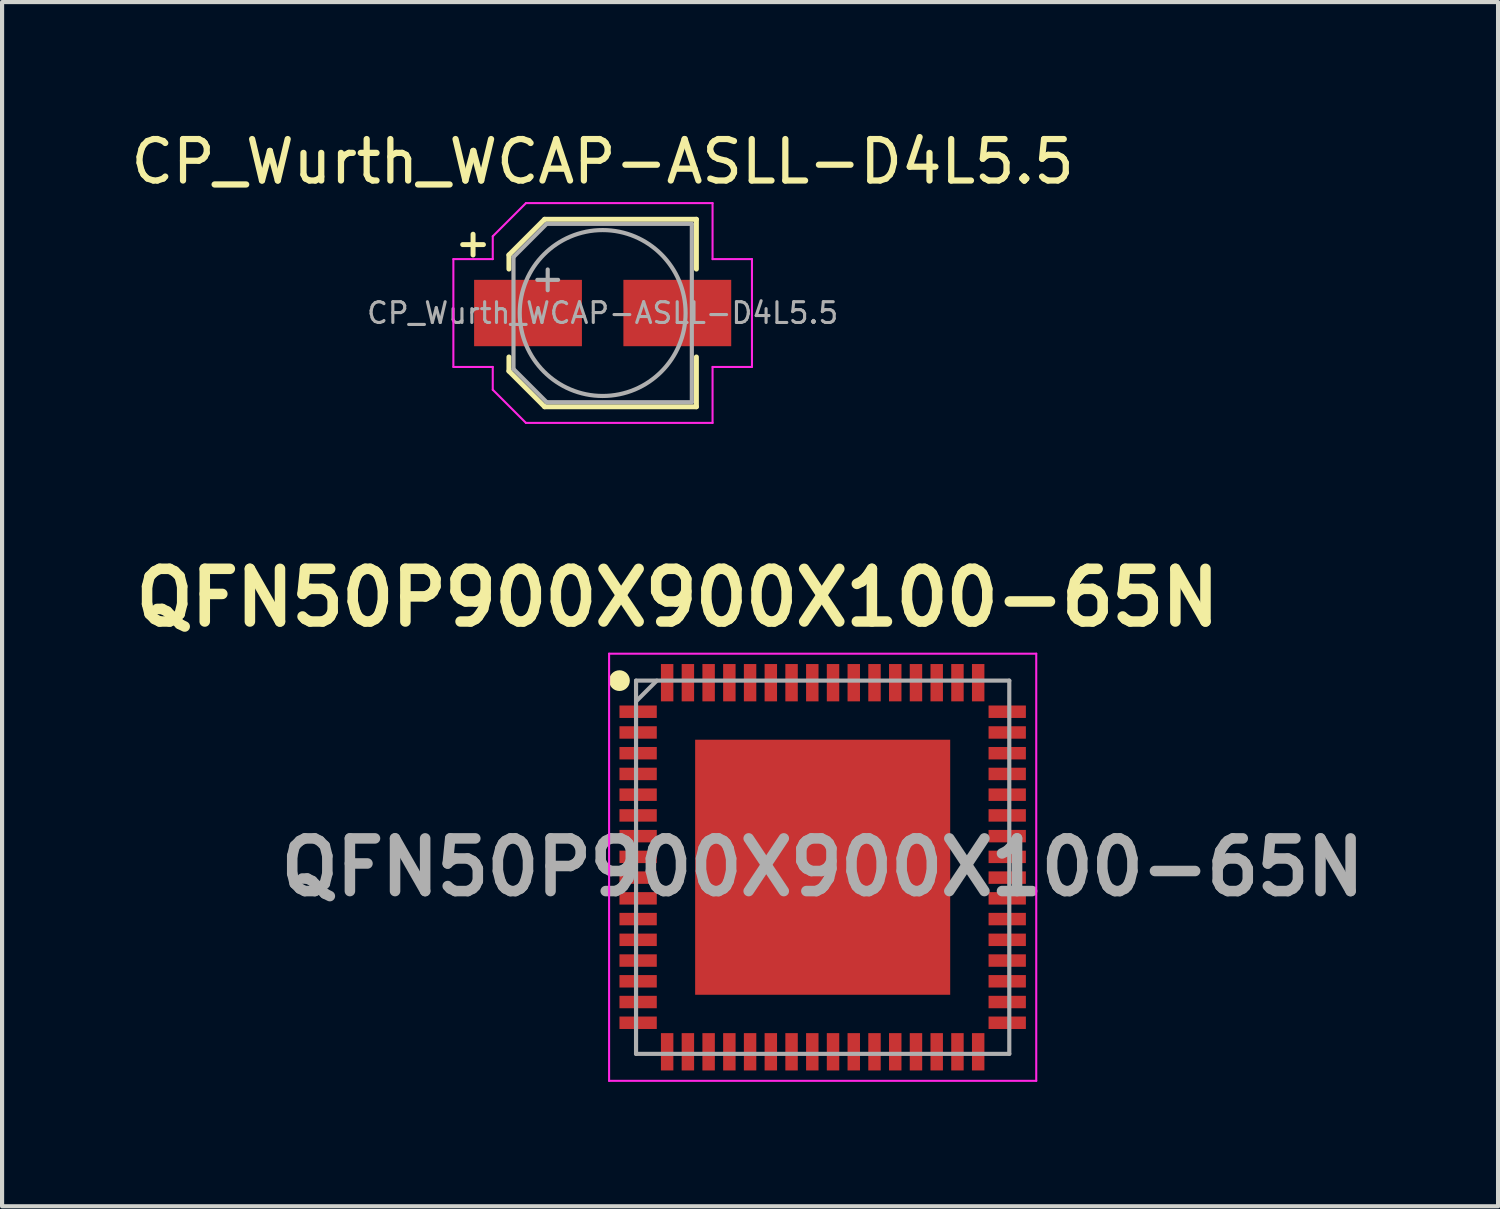
<source format=kicad_pcb>
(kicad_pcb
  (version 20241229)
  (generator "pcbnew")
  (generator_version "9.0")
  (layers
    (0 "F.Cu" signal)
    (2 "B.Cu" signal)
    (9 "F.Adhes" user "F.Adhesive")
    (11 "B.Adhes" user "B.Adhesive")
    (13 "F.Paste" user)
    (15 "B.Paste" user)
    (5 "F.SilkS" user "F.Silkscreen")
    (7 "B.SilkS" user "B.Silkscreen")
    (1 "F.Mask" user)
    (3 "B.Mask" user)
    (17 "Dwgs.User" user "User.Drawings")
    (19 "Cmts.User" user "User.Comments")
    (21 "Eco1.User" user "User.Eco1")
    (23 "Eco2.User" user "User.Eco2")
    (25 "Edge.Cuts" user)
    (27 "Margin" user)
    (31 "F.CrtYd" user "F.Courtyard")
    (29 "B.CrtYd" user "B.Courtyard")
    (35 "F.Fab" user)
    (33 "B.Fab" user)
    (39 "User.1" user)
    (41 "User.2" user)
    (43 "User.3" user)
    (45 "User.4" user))
  (footprint "CP_Wurth_WCAP-ASLL-D4L5.5"
    (layer "F.Cu")
    (at 11.482 4.498)
    (property "Reference" "CP_Wurth_WCAP-ASLL-D4L5.5" (at 0 -3.65 0) (unlocked yes) (layer "F.SilkS") (effects (font (size 1 1) (thickness 0.15))))
    (attr smd)
    (fp_line (start -3.125 -1.4) (end -3.125 -1.9) (stroke (width 0.12) (type solid)) (layer "F.SilkS"))
    (fp_line (start -2.875 -1.65) (end -3.375 -1.65) (stroke (width 0.12) (type solid)) (layer "F.SilkS"))
    (fp_line (start -2.26 -1.4) (end -2.26 -1.06) (stroke (width 0.12) (type default)) (layer "F.SilkS"))
    (fp_line (start -2.26 -1.4) (end -1.4 -2.26) (stroke (width 0.12) (type default)) (layer "F.SilkS"))
    (fp_line (start -2.26 1.4) (end -2.26 1.06) (stroke (width 0.12) (type default)) (layer "F.SilkS"))
    (fp_line (start -2.26 1.4) (end -1.4 2.26) (stroke (width 0.12) (type default)) (layer "F.SilkS"))
    (fp_line (start -1.4 -2.26) (end 2.26 -2.26) (stroke (width 0.12) (type solid)) (layer "F.SilkS"))
    (fp_line (start -1.4 2.26) (end 2.26 2.26) (stroke (width 0.12) (type solid)) (layer "F.SilkS"))
    (fp_line (start 2.26 -2.26) (end 2.26 -1.06) (stroke (width 0.12) (type default)) (layer "F.SilkS"))
    (fp_line (start 2.26 1.06) (end 2.26 2.26) (stroke (width 0.12) (type default)) (layer "F.SilkS"))
    (fp_line (start -3.6 -1.3) (end -3.6 1.3) (stroke (width 0.05) (type default)) (layer "F.CrtYd"))
    (fp_line (start -3.6 -1.3) (end -2.65 -1.3) (stroke (width 0.05) (type default)) (layer "F.CrtYd"))
    (fp_line (start -3.6 1.3) (end -2.65 1.3) (stroke (width 0.05) (type default)) (layer "F.CrtYd"))
    (fp_line (start -2.65 -1.85) (end -2.65 -1.3) (stroke (width 0.05) (type default)) (layer "F.CrtYd"))
    (fp_line (start -2.65 -1.85) (end -1.85 -2.65) (stroke (width 0.05) (type default)) (layer "F.CrtYd"))
    (fp_line (start -2.65 1.3) (end -2.65 1.85) (stroke (width 0.05) (type default)) (layer "F.CrtYd"))
    (fp_line (start -2.65 1.85) (end -1.85 2.65) (stroke (width 0.05) (type default)) (layer "F.CrtYd"))
    (fp_line (start -1.85 -2.65) (end 2.65 -2.65) (stroke (width 0.05) (type default)) (layer "F.CrtYd"))
    (fp_line (start -1.85 2.65) (end 2.65 2.65) (stroke (width 0.05) (type default)) (layer "F.CrtYd"))
    (fp_line (start 2.65 -2.65) (end 2.65 -1.3) (stroke (width 0.05) (type default)) (layer "F.CrtYd"))
    (fp_line (start 2.65 -1.3) (end 3.6 -1.3) (stroke (width 0.05) (type default)) (layer "F.CrtYd"))
    (fp_line (start 2.65 1.3) (end 2.65 2.65) (stroke (width 0.05) (type default)) (layer "F.CrtYd"))
    (fp_line (start 2.65 1.3) (end 3.6 1.3) (stroke (width 0.05) (type default)) (layer "F.CrtYd"))
    (fp_line (start 3.6 -1.3) (end 3.6 1.3) (stroke (width 0.05) (type default)) (layer "F.CrtYd"))
    (fp_line (start -2.15 -1.35) (end -1.35 -2.15) (stroke (width 0.1) (type default)) (layer "F.Fab"))
    (fp_line (start -2.15 1.35) (end -2.15 -1.35) (stroke (width 0.1) (type default)) (layer "F.Fab"))
    (fp_line (start -1.35 -2.15) (end 2.15 -2.15) (stroke (width 0.1) (type default)) (layer "F.Fab"))
    (fp_line (start -1.35 2.15) (end -2.15 1.35) (stroke (width 0.1) (type default)) (layer "F.Fab"))
    (fp_line (start -1.325 -0.55) (end -1.325 -1.05) (stroke (width 0.1) (type default)) (layer "F.Fab"))
    (fp_line (start -1.075 -0.8) (end -1.575 -0.8) (stroke (width 0.1) (type default)) (layer "F.Fab"))
    (fp_line (start 2.15 -2.15) (end 2.15 2.15) (stroke (width 0.1) (type default)) (layer "F.Fab"))
    (fp_line (start 2.15 2.15) (end -1.35 2.15) (stroke (width 0.1) (type default)) (layer "F.Fab"))
    (fp_circle (center 0 0) (end 2 0) (stroke (width 0.1) (type default)) (fill no) (layer "F.Fab"))
    (fp_text user "${REFERENCE}" (at 0 0 0) (unlocked yes) (layer "F.Fab") (effects (font (size 0.5 0.5) (thickness 0.075))))
    (pad "1" smd rect (at -1.8 0) (size 2.6 1.6) (layers "F.Cu" "F.Mask" "F.Paste"))
    (pad "2" smd rect (at 1.8 0) (size 2.6 1.6) (layers "F.Cu" "F.Mask" "F.Paste")))
  (footprint "QFN50P900X900X100-65N"
    (layer "F.Cu")
    (at 16.787 17.862)
    (property "Reference" "QFN50P900X900X100-65N" (at -3.5 -6.5 0) (layer "F.SilkS") (effects (font (size 1.27 1.27) (thickness 0.254))))
    (attr smd)
    (fp_circle (center -4.9 -4.5) (end -4.9 -4.375) (stroke (width 0.25) (type solid)) (fill no) (layer "F.SilkS"))
    (fp_line (start -5.15 -5.15) (end 5.15 -5.15) (stroke (width 0.05) (type solid)) (layer "F.CrtYd"))
    (fp_line (start -5.15 5.15) (end -5.15 -5.15) (stroke (width 0.05) (type solid)) (layer "F.CrtYd"))
    (fp_line (start 5.15 -5.15) (end 5.15 5.15) (stroke (width 0.05) (type solid)) (layer "F.CrtYd"))
    (fp_line (start 5.15 5.15) (end -5.15 5.15) (stroke (width 0.05) (type solid)) (layer "F.CrtYd"))
    (fp_line (start -4.5 -4.5) (end 4.5 -4.5) (stroke (width 0.1) (type solid)) (layer "F.Fab"))
    (fp_line (start -4.5 -4) (end -4 -4.5) (stroke (width 0.1) (type solid)) (layer "F.Fab"))
    (fp_line (start -4.5 4.5) (end -4.5 -4.5) (stroke (width 0.1) (type solid)) (layer "F.Fab"))
    (fp_line (start 4.5 -4.5) (end 4.5 4.5) (stroke (width 0.1) (type solid)) (layer "F.Fab"))
    (fp_line (start 4.5 4.5) (end -4.5 4.5) (stroke (width 0.1) (type solid)) (layer "F.Fab"))
    (fp_text user "${REFERENCE}" (at 0 0 0) (layer "F.Fab") (effects (font (size 1.27 1.27) (thickness 0.254))))
    (pad "1" smd rect (at -4.45 -3.75 90) (size 0.3 0.9) (layers "F.Cu" "F.Mask" "F.Paste"))
    (pad "2" smd rect (at -4.45 -3.25 90) (size 0.3 0.9) (layers "F.Cu" "F.Mask" "F.Paste"))
    (pad "3" smd rect (at -4.45 -2.75 90) (size 0.3 0.9) (layers "F.Cu" "F.Mask" "F.Paste"))
    (pad "4" smd rect (at -4.45 -2.25 90) (size 0.3 0.9) (layers "F.Cu" "F.Mask" "F.Paste"))
    (pad "5" smd rect (at -4.45 -1.75 90) (size 0.3 0.9) (layers "F.Cu" "F.Mask" "F.Paste"))
    (pad "6" smd rect (at -4.45 -1.25 90) (size 0.3 0.9) (layers "F.Cu" "F.Mask" "F.Paste"))
    (pad "7" smd rect (at -4.45 -0.75 90) (size 0.3 0.9) (layers "F.Cu" "F.Mask" "F.Paste"))
    (pad "8" smd rect (at -4.45 -0.25 90) (size 0.3 0.9) (layers "F.Cu" "F.Mask" "F.Paste"))
    (pad "9" smd rect (at -4.45 0.25 90) (size 0.3 0.9) (layers "F.Cu" "F.Mask" "F.Paste"))
    (pad "10" smd rect (at -4.45 0.75 90) (size 0.3 0.9) (layers "F.Cu" "F.Mask" "F.Paste"))
    (pad "11" smd rect (at -4.45 1.25 90) (size 0.3 0.9) (layers "F.Cu" "F.Mask" "F.Paste"))
    (pad "12" smd rect (at -4.45 1.75 90) (size 0.3 0.9) (layers "F.Cu" "F.Mask" "F.Paste"))
    (pad "13" smd rect (at -4.45 2.25 90) (size 0.3 0.9) (layers "F.Cu" "F.Mask" "F.Paste"))
    (pad "14" smd rect (at -4.45 2.75 90) (size 0.3 0.9) (layers "F.Cu" "F.Mask" "F.Paste"))
    (pad "15" smd rect (at -4.45 3.25 90) (size 0.3 0.9) (layers "F.Cu" "F.Mask" "F.Paste"))
    (pad "16" smd rect (at -4.45 3.75 90) (size 0.3 0.9) (layers "F.Cu" "F.Mask" "F.Paste"))
    (pad "17" smd rect (at -3.75 4.45) (size 0.3 0.9) (layers "F.Cu" "F.Mask" "F.Paste"))
    (pad "18" smd rect (at -3.25 4.45) (size 0.3 0.9) (layers "F.Cu" "F.Mask" "F.Paste"))
    (pad "19" smd rect (at -2.75 4.45) (size 0.3 0.9) (layers "F.Cu" "F.Mask" "F.Paste"))
    (pad "20" smd rect (at -2.25 4.45) (size 0.3 0.9) (layers "F.Cu" "F.Mask" "F.Paste"))
    (pad "21" smd rect (at -1.75 4.45) (size 0.3 0.9) (layers "F.Cu" "F.Mask" "F.Paste"))
    (pad "22" smd rect (at -1.25 4.45) (size 0.3 0.9) (layers "F.Cu" "F.Mask" "F.Paste"))
    (pad "23" smd rect (at -0.75 4.45) (size 0.3 0.9) (layers "F.Cu" "F.Mask" "F.Paste"))
    (pad "24" smd rect (at -0.25 4.45) (size 0.3 0.9) (layers "F.Cu" "F.Mask" "F.Paste"))
    (pad "25" smd rect (at 0.25 4.45) (size 0.3 0.9) (layers "F.Cu" "F.Mask" "F.Paste"))
    (pad "26" smd rect (at 0.75 4.45) (size 0.3 0.9) (layers "F.Cu" "F.Mask" "F.Paste"))
    (pad "27" smd rect (at 1.25 4.45) (size 0.3 0.9) (layers "F.Cu" "F.Mask" "F.Paste"))
    (pad "28" smd rect (at 1.75 4.45) (size 0.3 0.9) (layers "F.Cu" "F.Mask" "F.Paste"))
    (pad "29" smd rect (at 2.25 4.45) (size 0.3 0.9) (layers "F.Cu" "F.Mask" "F.Paste"))
    (pad "30" smd rect (at 2.75 4.45) (size 0.3 0.9) (layers "F.Cu" "F.Mask" "F.Paste"))
    (pad "31" smd rect (at 3.25 4.45) (size 0.3 0.9) (layers "F.Cu" "F.Mask" "F.Paste"))
    (pad "32" smd rect (at 3.75 4.45) (size 0.3 0.9) (layers "F.Cu" "F.Mask" "F.Paste"))
    (pad "33" smd rect (at 4.45 3.75 90) (size 0.3 0.9) (layers "F.Cu" "F.Mask" "F.Paste"))
    (pad "34" smd rect (at 4.45 3.25 90) (size 0.3 0.9) (layers "F.Cu" "F.Mask" "F.Paste"))
    (pad "35" smd rect (at 4.45 2.75 90) (size 0.3 0.9) (layers "F.Cu" "F.Mask" "F.Paste"))
    (pad "36" smd rect (at 4.45 2.25 90) (size 0.3 0.9) (layers "F.Cu" "F.Mask" "F.Paste"))
    (pad "37" smd rect (at 4.45 1.75 90) (size 0.3 0.9) (layers "F.Cu" "F.Mask" "F.Paste"))
    (pad "38" smd rect (at 4.45 1.25 90) (size 0.3 0.9) (layers "F.Cu" "F.Mask" "F.Paste"))
    (pad "39" smd rect (at 4.45 0.75 90) (size 0.3 0.9) (layers "F.Cu" "F.Mask" "F.Paste"))
    (pad "40" smd rect (at 4.45 0.25 90) (size 0.3 0.9) (layers "F.Cu" "F.Mask" "F.Paste"))
    (pad "41" smd rect (at 4.45 -0.25 90) (size 0.3 0.9) (layers "F.Cu" "F.Mask" "F.Paste"))
    (pad "42" smd rect (at 4.45 -0.75 90) (size 0.3 0.9) (layers "F.Cu" "F.Mask" "F.Paste"))
    (pad "43" smd rect (at 4.45 -1.25 90) (size 0.3 0.9) (layers "F.Cu" "F.Mask" "F.Paste"))
    (pad "44" smd rect (at 4.45 -1.75 90) (size 0.3 0.9) (layers "F.Cu" "F.Mask" "F.Paste"))
    (pad "45" smd rect (at 4.45 -2.25 90) (size 0.3 0.9) (layers "F.Cu" "F.Mask" "F.Paste"))
    (pad "46" smd rect (at 4.45 -2.75 90) (size 0.3 0.9) (layers "F.Cu" "F.Mask" "F.Paste"))
    (pad "47" smd rect (at 4.45 -3.25 90) (size 0.3 0.9) (layers "F.Cu" "F.Mask" "F.Paste"))
    (pad "48" smd rect (at 4.45 -3.75 90) (size 0.3 0.9) (layers "F.Cu" "F.Mask" "F.Paste"))
    (pad "49" smd rect (at 3.75 -4.45) (size 0.3 0.9) (layers "F.Cu" "F.Mask" "F.Paste"))
    (pad "50" smd rect (at 3.25 -4.45) (size 0.3 0.9) (layers "F.Cu" "F.Mask" "F.Paste"))
    (pad "51" smd rect (at 2.75 -4.45) (size 0.3 0.9) (layers "F.Cu" "F.Mask" "F.Paste"))
    (pad "52" smd rect (at 2.25 -4.45) (size 0.3 0.9) (layers "F.Cu" "F.Mask" "F.Paste"))
    (pad "53" smd rect (at 1.75 -4.45) (size 0.3 0.9) (layers "F.Cu" "F.Mask" "F.Paste"))
    (pad "54" smd rect (at 1.25 -4.45) (size 0.3 0.9) (layers "F.Cu" "F.Mask" "F.Paste"))
    (pad "55" smd rect (at 0.75 -4.45) (size 0.3 0.9) (layers "F.Cu" "F.Mask" "F.Paste"))
    (pad "56" smd rect (at 0.25 -4.45) (size 0.3 0.9) (layers "F.Cu" "F.Mask" "F.Paste"))
    (pad "57" smd rect (at -0.25 -4.45) (size 0.3 0.9) (layers "F.Cu" "F.Mask" "F.Paste"))
    (pad "58" smd rect (at -0.75 -4.45) (size 0.3 0.9) (layers "F.Cu" "F.Mask" "F.Paste"))
    (pad "59" smd rect (at -1.25 -4.45) (size 0.3 0.9) (layers "F.Cu" "F.Mask" "F.Paste"))
    (pad "60" smd rect (at -1.75 -4.45) (size 0.3 0.9) (layers "F.Cu" "F.Mask" "F.Paste"))
    (pad "61" smd rect (at -2.25 -4.45) (size 0.3 0.9) (layers "F.Cu" "F.Mask" "F.Paste"))
    (pad "62" smd rect (at -2.75 -4.45) (size 0.3 0.9) (layers "F.Cu" "F.Mask" "F.Paste"))
    (pad "63" smd rect (at -3.25 -4.45) (size 0.3 0.9) (layers "F.Cu" "F.Mask" "F.Paste"))
    (pad "64" smd rect (at -3.75 -4.45) (size 0.3 0.9) (layers "F.Cu" "F.Mask" "F.Paste"))
    (pad "65" smd rect (at 0 0) (size 6.15 6.15) (layers "F.Cu" "F.Mask" "F.Paste")))
  (gr_rect
    (start -3 -3)
    (end 33.073 26.037)
    (stroke (width 0.1) (type default))
    (fill no)
    (layer "Edge.Cuts")))
</source>
